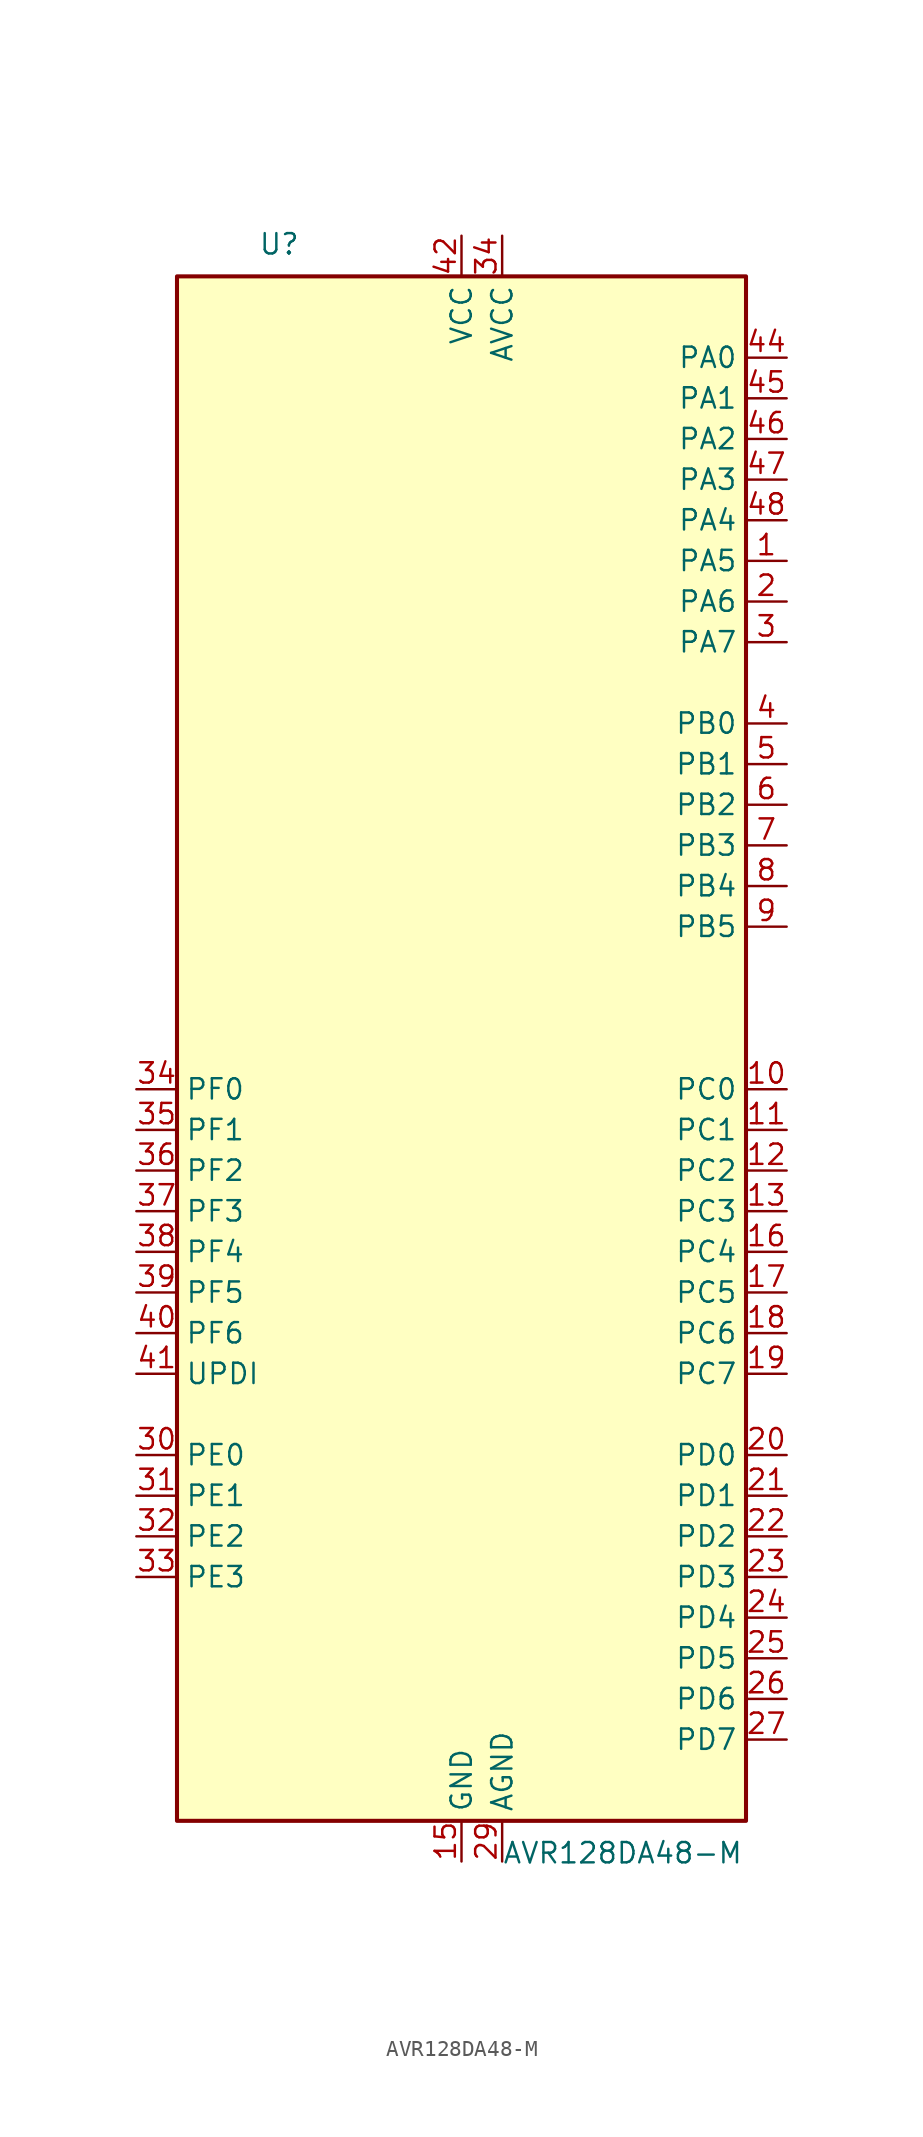
<source format=kicad_sym>
(kicad_symbol_lib
  (version 20211014)
  (generator kicad_symbol_editor)
  (symbol "AVR128DA48-M"
    (property "Reference" "U"
      (at -12.7 49.53 0)
      (effects (font (size 1.27 1.27)) (justify left bottom)))
    (property "Value" "AVR128DA48-M"
      (at 2.54 -49.53 0)
      (effects (font (size 1.27 1.27)) (justify left top)))
    (symbol "AVR128DA48-M_0_1"
      (rectangle (start -17.78 -48.26) (end 17.78 48.26) (stroke (width 0.254) (type default) (color 0 0 0 0)) (fill (type background))))
    (symbol "AVR128DA48-M_1_1"
      (pin bidirectional line (at 20.32 30.48 180) (length 2.54) (name "PA5" (effects (font (size 1.27 1.27)))) (number "1" (effects (font (size 1.27 1.27)))) (alternate "SPI0-MISO" bidirectional line) (alternate "TCA0-WO5" output line) (alternate "TCD0-WOB" output line) (alternate "USART0-RXD(1)" input line) (alternate "X5" output line) (alternate "Y5" bidirectional line))
      (pin bidirectional line (at 20.32 -2.54 180) (length 2.54) (name "PC0" (effects (font (size 1.27 1.27)))) (number "10" (effects (font (size 1.27 1.27)))) (alternate "LUT1-IN0" input line) (alternate "SPI1-MOSI" bidirectional line) (alternate "TCA0-WO0(2)" output line) (alternate "TCB2-WO" output line) (alternate "USART1-TXD" bidirectional line))
      (pin bidirectional line (at 20.32 -5.08 180) (length 2.54) (name "PC1" (effects (font (size 1.27 1.27)))) (number "11" (effects (font (size 1.27 1.27)))) (alternate "LUT1-IN1" input line) (alternate "SPI1-MISO" bidirectional line) (alternate "TCA0-WO1(2)" output line) (alternate "TCB3-WO(1)" output line) (alternate "USART1-RXD" input line))
      (pin bidirectional line (at 20.32 -7.62 180) (length 2.54) (name "PC2" (effects (font (size 1.27 1.27)))) (number "12" (effects (font (size 1.27 1.27)))) (alternate "EVOUTC" output line) (alternate "LUT1-IN2" input line) (alternate "SPI1-SCK" bidirectional line) (alternate "TCA-WO2(2)" output line) (alternate "TWI0-SDA(MS+)(0,2)" bidirectional line) (alternate "USART1-XCK" bidirectional line))
      (pin bidirectional line (at 20.32 -10.16 180) (length 2.54) (name "PC3" (effects (font (size 1.27 1.27)))) (number "13" (effects (font (size 1.27 1.27)))) (alternate "LUT1-OUT" output line) (alternate "SPI1-~{SS}" bidirectional line) (alternate "TCA0-WO3(2)" output line) (alternate "TWI0-SCL(MS)(0,2" bidirectional line) (alternate "USART1-XDIR" output line))
      (pin power_in line (at 0 50.8 270) (length 2.54) hide (name "VCC" (effects (font (size 1.27 1.27)))) (number "14" (effects (font (size 1.27 1.27)))))
      (pin power_in line (at 0 -50.8 90) (length 2.54) (name "GND" (effects (font (size 1.27 1.27)))) (number "15" (effects (font (size 1.27 1.27)))))
      (pin bidirectional line (at 20.32 -12.7 180) (length 2.54) (name "PC4" (effects (font (size 1.27 1.27)))) (number "16" (effects (font (size 1.27 1.27)))) (alternate "SPI1-MOSI(1)" bidirectional line) (alternate "TCA0-WO4(2)" output line) (alternate "TCA1-WO0(1)" output line) (alternate "USART1-TXD(1)" bidirectional line))
      (pin bidirectional line (at 20.32 -15.24 180) (length 2.54) (name "PC5" (effects (font (size 1.27 1.27)))) (number "17" (effects (font (size 1.27 1.27)))) (alternate "SPI1-MISO(1)" bidirectional line) (alternate "TCA0-WO5(2)" output line) (alternate "TCA1-WO1(1)" output line) (alternate "USART1-RXD(1)" input line))
      (pin bidirectional line (at 20.32 -17.78 180) (length 2.54) (name "PC6" (effects (font (size 1.27 1.27)))) (number "18" (effects (font (size 1.27 1.27)))) (alternate "AC0-OUT(1)" output line) (alternate "AC1-OUT(1)" output line) (alternate "AC2-OUT(1)" output line) (alternate "LUT1-OUT(1)" output line) (alternate "SPI1-SCK(1)" bidirectional line) (alternate "TCA-WO2(2)" output line) (alternate "TWI0-SDA(S)(1,2)" bidirectional line) (alternate "USART1-XCK(1)" bidirectional line))
      (pin bidirectional line (at 20.32 -20.32 180) (length 2.54) (name "PC7" (effects (font (size 1.27 1.27)))) (number "19" (effects (font (size 1.27 1.27)))) (alternate "EVOUTC(1)" output line) (alternate "SPI1-~{SS}(1)" bidirectional line) (alternate "TWI0-SCL(S)(1,2)" bidirectional line) (alternate "USART1-XDIR(1)" output line) (alternate "ZCD0-OUT(1)" output line) (alternate "ZCD1-OUT(1)" output line) (alternate "ZCD2-OUT(1)" output line))
      (pin bidirectional line (at 20.32 27.94 180) (length 2.54) (name "PA6" (effects (font (size 1.27 1.27)))) (number "2" (effects (font (size 1.27 1.27)))) (alternate "LUT0-OUT(1)" output line) (alternate "SPI0-SCK" bidirectional line) (alternate "TCD0-WOC" output line) (alternate "USART0-XCK(1)" bidirectional line) (alternate "X6" output line) (alternate "Y6" bidirectional line))
      (pin bidirectional line (at 20.32 -25.4 180) (length 2.54) (name "PD0" (effects (font (size 1.27 1.27)))) (number "20" (effects (font (size 1.27 1.27)))) (alternate "AC0-AINN1" input line) (alternate "AC1-AINN1" input line) (alternate "AC2-AINN1" input line) (alternate "ADC0-AIN0" input line) (alternate "LUT2-IN0" input line) (alternate "TC0-WO0(3)" output line) (alternate "X16" output line) (alternate "Y16" bidirectional line))
      (pin bidirectional line (at 20.32 -27.94 180) (length 2.54) (name "PD1" (effects (font (size 1.27 1.27)))) (number "21" (effects (font (size 1.27 1.27)))) (alternate "ADC0-AIN1" input line) (alternate "LUT2-IN1" input line) (alternate "TCA0-WO1(3)" output line) (alternate "X17" output line) (alternate "Y17" bidirectional line) (alternate "ZCD0-ZCIN" input line))
      (pin bidirectional line (at 20.32 -30.48 180) (length 2.54) (name "PD2" (effects (font (size 1.27 1.27)))) (number "22" (effects (font (size 1.27 1.27)))) (alternate "AC0-AINP0" input line) (alternate "AC1-AINP0" input line) (alternate "AC2-AINP0" input line) (alternate "ADC0-AIN2" input line) (alternate "EVOUTD" output line) (alternate "LUT2-IN2" input line) (alternate "TCA0-WO2(3)" output line) (alternate "X18" output line) (alternate "Y18" bidirectional line))
      (pin bidirectional line (at 20.32 -33.02 180) (length 2.54) (name "PD3" (effects (font (size 1.27 1.27)))) (number "23" (effects (font (size 1.27 1.27)))) (alternate "AC0-AINN0" input line) (alternate "AC1-AINP1" input line) (alternate "ADC0-AIN3" input line) (alternate "LUT2-OUT" output line) (alternate "TCA0-WO3(3)" output line) (alternate "X19" output line) (alternate "Y19" bidirectional line))
      (pin bidirectional line (at 20.32 -35.56 180) (length 2.54) (name "PD4" (effects (font (size 1.27 1.27)))) (number "24" (effects (font (size 1.27 1.27)))) (alternate "AC1-AINP2" input line) (alternate "AC2-AINP1" input line) (alternate "ADC0-AIN4" input line) (alternate "TCA0-WO4(3)" output line) (alternate "X20" output line) (alternate "Y20" bidirectional line))
      (pin bidirectional line (at 20.32 -38.1 180) (length 2.54) (name "PD5" (effects (font (size 1.27 1.27)))) (number "25" (effects (font (size 1.27 1.27)))) (alternate "AC1-AINN0" input line) (alternate "ADC0-AIN5" input line) (alternate "TCA0-WO5(3)" output line) (alternate "X21" output line) (alternate "Y21" bidirectional line))
      (pin bidirectional line (at 20.32 -40.64 180) (length 2.54) (name "PD6" (effects (font (size 1.27 1.27)))) (number "26" (effects (font (size 1.27 1.27)))) (alternate "AC0-AINP3" input line) (alternate "AC1-AINP3" input line) (alternate "AC2-AINP3" input line) (alternate "ADC0-AIN6" input line) (alternate "DAC0-OUT" output line) (alternate "LUT2-OUT(1)" output line) (alternate "X22" output line) (alternate "Y22" bidirectional line))
      (pin bidirectional line (at 20.32 -43.18 180) (length 2.54) (name "PD7" (effects (font (size 1.27 1.27)))) (number "27" (effects (font (size 1.27 1.27)))) (alternate "AC0-AINN2" input line) (alternate "AC1-AINN2" input line) (alternate "AC2-AINN0/2" input line) (alternate "ADC0-AIN7" input line) (alternate "EVOUTD(1)" output line) (alternate "VREFA" input line) (alternate "X23" output line) (alternate "Y23" bidirectional line))
      (pin power_in line (at 2.54 -50.8 90) (length 2.54) (name "AGND" (effects (font (size 1.27 1.27)))) (number "29" (effects (font (size 1.27 1.27)))))
      (pin bidirectional line (at 20.32 25.4 180) (length 2.54) (name "PA7" (effects (font (size 1.27 1.27)))) (number "3" (effects (font (size 1.27 1.27)))) (alternate "AC0-OUT" output line) (alternate "AC1-OUT" output line) (alternate "AC2-OUT" output line) (alternate "CLKOUT" output line) (alternate "EVOUTA(1)" output line) (alternate "SPI0-~{SS}" bidirectional line) (alternate "TCD0-WOD" output line) (alternate "USART0-XDIR(1)" output line) (alternate "X7" output line) (alternate "Y7" bidirectional line) (alternate "ZCD0-OUT" output line) (alternate "ZCD1-OUT" output line) (alternate "ZDC2-OUT" output line))
      (pin bidirectional line (at -20.32 -25.4 0) (length 2.54) (name "PE0" (effects (font (size 1.27 1.27)))) (number "30" (effects (font (size 1.27 1.27)))) (alternate "AC0-AINP1" input line) (alternate "ADC0-AIN8" input line) (alternate "SPI0-MOSI(1)" bidirectional line) (alternate "TCA0-WO0(4)" output line) (alternate "USART4-TXD" output line) (alternate "X24" output line) (alternate "Y24" bidirectional line))
      (pin bidirectional line (at -20.32 -27.94 0) (length 2.54) (name "PE1" (effects (font (size 1.27 1.27)))) (number "31" (effects (font (size 1.27 1.27)))) (alternate "AC2-AINP2" input line) (alternate "ADC-AIN9" input line) (alternate "SPI0-MISO(1)" bidirectional line) (alternate "TCA0-WO1(4)" output line) (alternate "USART4-RXD" input line) (alternate "X25" output line) (alternate "Y25" bidirectional line))
      (pin bidirectional line (at -20.32 -30.48 0) (length 2.54) (name "PE2" (effects (font (size 1.27 1.27)))) (number "32" (effects (font (size 1.27 1.27)))) (alternate "AC0-AINP2" input line) (alternate "ADC0-AIN10" input line) (alternate "EVOUTE" output line) (alternate "OP2-OUT" output line) (alternate "SPI0-SCK(1)" bidirectional line) (alternate "TCA0-WO2(4)" output line) (alternate "USART4-XCK" bidirectional line) (alternate "X26" output line) (alternate "Y26" bidirectional line))
      (pin bidirectional line (at -20.32 -33.02 0) (length 2.54) (name "PE3" (effects (font (size 1.27 1.27)))) (number "33" (effects (font (size 1.27 1.27)))) (alternate "ADC0-AIN11" input line) (alternate "SPI0-~{SS}(1)" bidirectional line) (alternate "TCA0-WO3(4)" output line) (alternate "USART4-XDIR" output line) (alternate "X27" output line) (alternate "Y27" bidirectional line) (alternate "ZCD1-ZCIN" input line))
      (pin power_in line (at 2.54 50.8 270) (length 2.54) (name "AVCC" (effects (font (size 1.27 1.27)))) (number "34" (effects (font (size 1.27 1.27)))))
      (pin bidirectional line (at -20.32 -2.54 0) (length 2.54) (name "PF0" (effects (font (size 1.27 1.27)))) (number "34" (effects (font (size 1.27 1.27)))) (alternate "ADC0-AIN16(P)" input line) (alternate "LUT3-IN0" input line) (alternate "TCA0-WO0(5)" output line) (alternate "TCD0-WOA(2)" output line) (alternate "USART2-TXD" bidirectional line) (alternate "X32" output line) (alternate "XTAL32K1" passive line) (alternate "Y32" bidirectional line))
      (pin bidirectional line (at -20.32 -5.08 0) (length 2.54) (name "PF1" (effects (font (size 1.27 1.27)))) (number "35" (effects (font (size 1.27 1.27)))) (alternate "ADC0-AIN17(P)" input line) (alternate "LUT3-IN1" input line) (alternate "TCA0-WO1(5)" output line) (alternate "TCD0-WOB(2)" output line) (alternate "USART2-RXD" input line) (alternate "X33" output line) (alternate "XTAL32K2" passive line) (alternate "Y33" bidirectional line))
      (pin bidirectional line (at -20.32 -7.62 0) (length 2.54) (name "PF2" (effects (font (size 1.27 1.27)))) (number "36" (effects (font (size 1.27 1.27)))) (alternate "ADC0-AIN18(P)" input line) (alternate "EVOUTF" output line) (alternate "LUT3-IN2" input line) (alternate "TCA0-WO2(5)" output line) (alternate "TCD0-WOC(2)" output line) (alternate "TWI1-SDA(MS+)" bidirectional line) (alternate "USART2-XCK" bidirectional line) (alternate "X34" output line) (alternate "Y34" bidirectional line))
      (pin bidirectional line (at -20.32 -10.16 0) (length 2.54) (name "PF3" (effects (font (size 1.27 1.27)))) (number "37" (effects (font (size 1.27 1.27)))) (alternate "ADC0-AIN19(P)" input line) (alternate "LUT3-OUT" output line) (alternate "TCA0-WO3(5)" output line) (alternate "TCD0-WOD(2)" output line) (alternate "TWI1-SCL(MS+)" bidirectional line) (alternate "USART2-XDIR" output line) (alternate "X35" output line) (alternate "Y35" bidirectional line))
      (pin bidirectional line (at -20.32 -12.7 0) (length 2.54) (name "PF4" (effects (font (size 1.27 1.27)))) (number "38" (effects (font (size 1.27 1.27)))) (alternate "ADC0-AIN20(P)" input line) (alternate "TCA0-WO4(5)" output line) (alternate "TCB0-WO(1)" output line) (alternate "USART2-TXD(1)" output line) (alternate "X36" output line) (alternate "Y36" bidirectional line))
      (pin bidirectional line (at -20.32 -15.24 0) (length 2.54) (name "PF5" (effects (font (size 1.27 1.27)))) (number "39" (effects (font (size 1.27 1.27)))) (alternate "ADC0-AIN21(P)" input line) (alternate "TCA0-WO5(5)" output line) (alternate "TCB1-WO(1)" output line) (alternate "USART2-RXD(1)" input line) (alternate "X37" output line) (alternate "Y37" bidirectional line))
      (pin bidirectional line (at 20.32 20.32 180) (length 2.54) (name "PB0" (effects (font (size 1.27 1.27)))) (number "4" (effects (font (size 1.27 1.27)))) (alternate "LUT4-IN0" input line) (alternate "TCA0-WO0(1)" output line) (alternate "TCA1-WO0" output line) (alternate "UART3-TXD" bidirectional line) (alternate "X8" output line) (alternate "Y8" bidirectional line))
      (pin input line (at -20.32 -17.78 0) (length 2.54) (name "PF6" (effects (font (size 1.27 1.27)))) (number "40" (effects (font (size 1.27 1.27)))) (alternate "~{RESET}" input line))
      (pin bidirectional line (at -20.32 -20.32 0) (length 2.54) (name "UPDI" (effects (font (size 1.27 1.27)))) (number "41" (effects (font (size 1.27 1.27)))))
      (pin power_in line (at 0 50.8 270) (length 2.54) (name "VCC" (effects (font (size 1.27 1.27)))) (number "42" (effects (font (size 1.27 1.27)))))
      (pin power_in line (at 0 -50.8 90) (length 2.54) hide (name "GND" (effects (font (size 1.27 1.27)))) (number "43" (effects (font (size 1.27 1.27)))))
      (pin bidirectional line (at 20.32 43.18 180) (length 2.54) (name "PA0" (effects (font (size 1.27 1.27)))) (number "44" (effects (font (size 1.27 1.27)))) (alternate "EXTCLK" input clock) (alternate "LUT0-IN0" input line) (alternate "TCA0-WO0" output line) (alternate "USART0-TXD" bidirectional line) (alternate "X0" output line) (alternate "Y0" bidirectional line))
      (pin bidirectional line (at 20.32 40.64 180) (length 2.54) (name "PA1" (effects (font (size 1.27 1.27)))) (number "45" (effects (font (size 1.27 1.27)))) (alternate "LUT0-IN1" input line) (alternate "TCA0-WO1" output line) (alternate "USART0-RXD" input line) (alternate "X1" output line) (alternate "Y1" bidirectional line))
      (pin bidirectional line (at 20.32 38.1 180) (length 2.54) (name "PA2" (effects (font (size 1.27 1.27)))) (number "46" (effects (font (size 1.27 1.27)))) (alternate "EVOUTA" output line) (alternate "LUT0-IN2" input line) (alternate "TCA0-WO2" output line) (alternate "TCB0-WO" output line) (alternate "TWI0-SDA(MS)" bidirectional line) (alternate "USART0-XCK" bidirectional line) (alternate "X2" output line) (alternate "Y2" bidirectional line))
      (pin bidirectional line (at 20.32 35.56 180) (length 2.54) (name "PA3" (effects (font (size 1.27 1.27)))) (number "47" (effects (font (size 1.27 1.27)))) (alternate "LUT0-OUT" output line) (alternate "TCA0-WO3" output line) (alternate "TCB1-WO" output line) (alternate "TWI0-SCL(MS)" bidirectional line) (alternate "USART0-XDIR" output line) (alternate "X3" output line) (alternate "Y3" bidirectional line))
      (pin bidirectional line (at 20.32 33.02 180) (length 2.54) (name "PA4" (effects (font (size 1.27 1.27)))) (number "48" (effects (font (size 1.27 1.27)))) (alternate "SPI0-MOSI" bidirectional line) (alternate "TCA0-WO4" output line) (alternate "TCD0-WOA" output line) (alternate "USART0-TXD(1)" bidirectional line) (alternate "X4" output line) (alternate "Y4" bidirectional line))
      (pin bidirectional line (at 20.32 17.78 180) (length 2.54) (name "PB1" (effects (font (size 1.27 1.27)))) (number "5" (effects (font (size 1.27 1.27)))) (alternate "LUT4-IN1" input line) (alternate "TCA0-WO1(1)" output line) (alternate "TCA1-WO0" output line) (alternate "USART3-RXD" input line) (alternate "X9" output line) (alternate "Y9" bidirectional line))
      (pin bidirectional line (at 20.32 15.24 180) (length 2.54) (name "PB2" (effects (font (size 1.27 1.27)))) (number "6" (effects (font (size 1.27 1.27)))) (alternate "EVOUTB" output line) (alternate "LUT4-IN2" input line) (alternate "TCA0-WO2(1)" output line) (alternate "TCA1-WO2" output line) (alternate "TWI1-SDA(MS)(0,2)" bidirectional line) (alternate "USART3-XCK" bidirectional line) (alternate "X10" output line) (alternate "Y10" bidirectional line))
      (pin bidirectional line (at 20.32 12.7 180) (length 2.54) (name "PB3" (effects (font (size 1.27 1.27)))) (number "7" (effects (font (size 1.27 1.27)))) (alternate "LUT4-OUT" output line) (alternate "TCA0-WO3(1)" output line) (alternate "TCA1-WO3" output line) (alternate "USART1-SCL(MS)(0,2)" bidirectional line) (alternate "USART3-XDIR" output line) (alternate "X11" output line) (alternate "Y11" bidirectional line))
      (pin bidirectional line (at 20.32 10.16 180) (length 2.54) (name "PB4" (effects (font (size 1.27 1.27)))) (number "8" (effects (font (size 1.27 1.27)))) (alternate "SPI1-MOSI(2)" bidirectional line) (alternate "TCA0-WO4(1)" output line) (alternate "TCA1-WO4" output line) (alternate "TCB2-WO(1)" output line) (alternate "TCD0-WOA(1)" output line) (alternate "USART3-TXD(1)" bidirectional line) (alternate "X12" output line) (alternate "Y12" bidirectional line))
      (pin bidirectional line (at 20.32 7.62 180) (length 2.54) (name "PB5" (effects (font (size 1.27 1.27)))) (number "9" (effects (font (size 1.27 1.27)))) (alternate "SPI1-MISO(2)" bidirectional line) (alternate "TCA0-WO5(1)" output line) (alternate "TCA1-WO5" output line) (alternate "TCB3-WO" output line) (alternate "TCD0-WOB(1)" output line) (alternate "USART3-RXD(1)" input line) (alternate "X13" output line) (alternate "Y13" bidirectional line)))))
</source>
